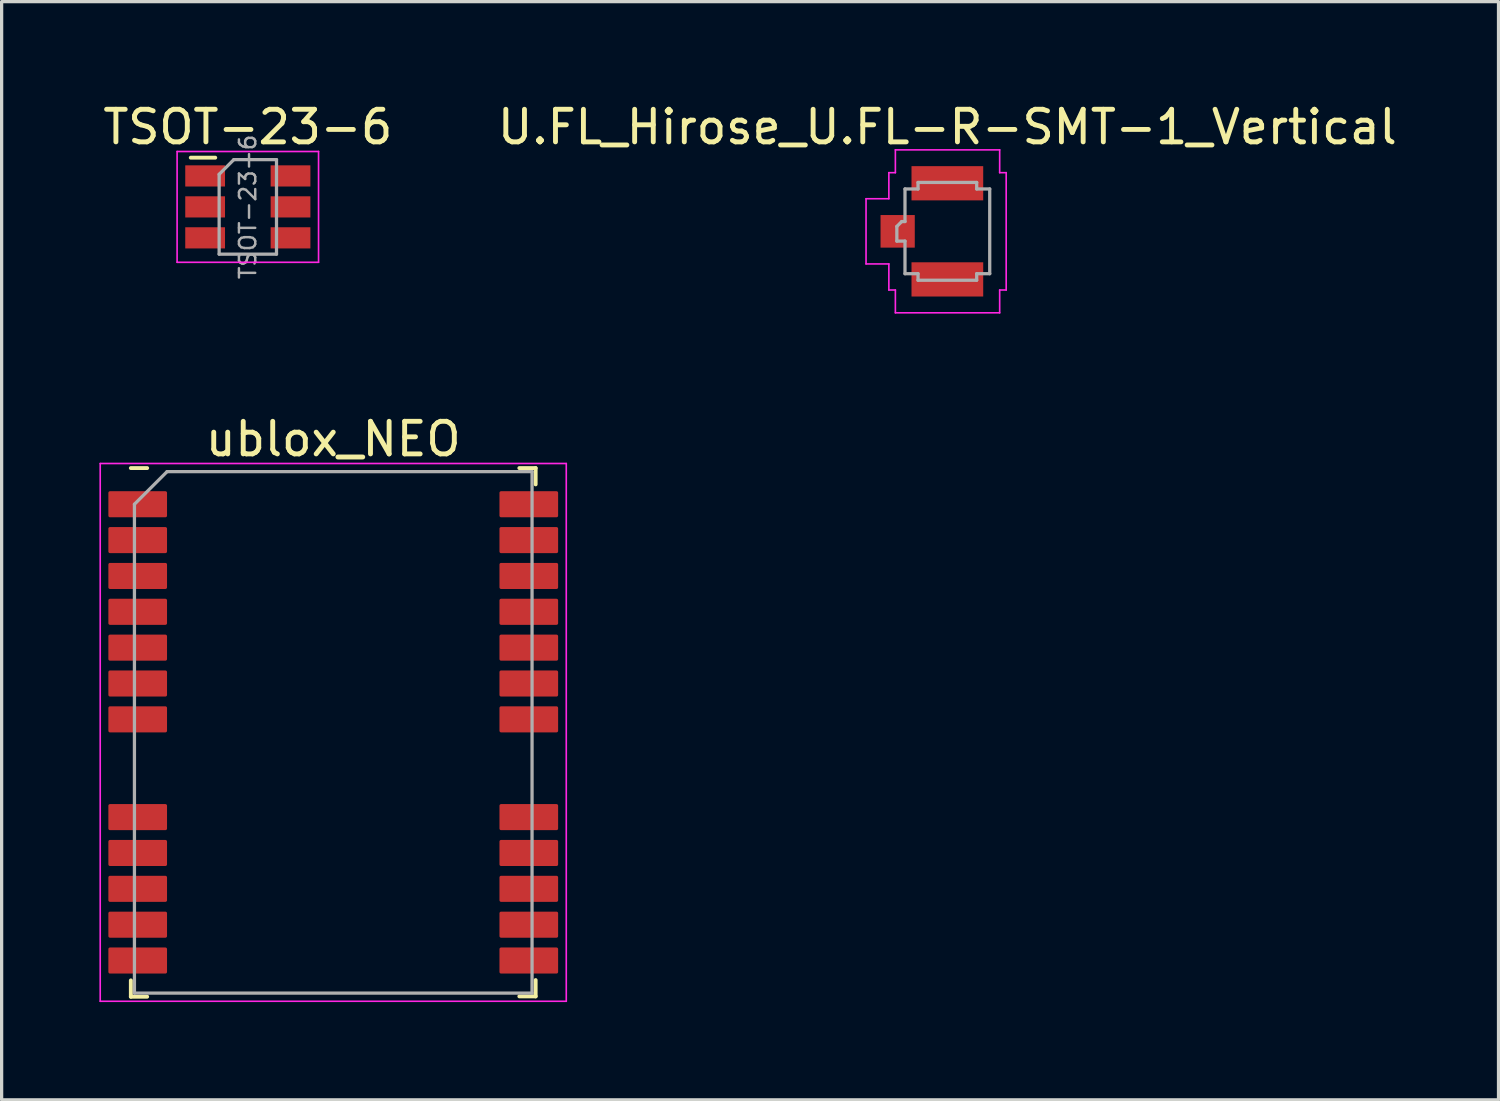
<source format=kicad_pcb>
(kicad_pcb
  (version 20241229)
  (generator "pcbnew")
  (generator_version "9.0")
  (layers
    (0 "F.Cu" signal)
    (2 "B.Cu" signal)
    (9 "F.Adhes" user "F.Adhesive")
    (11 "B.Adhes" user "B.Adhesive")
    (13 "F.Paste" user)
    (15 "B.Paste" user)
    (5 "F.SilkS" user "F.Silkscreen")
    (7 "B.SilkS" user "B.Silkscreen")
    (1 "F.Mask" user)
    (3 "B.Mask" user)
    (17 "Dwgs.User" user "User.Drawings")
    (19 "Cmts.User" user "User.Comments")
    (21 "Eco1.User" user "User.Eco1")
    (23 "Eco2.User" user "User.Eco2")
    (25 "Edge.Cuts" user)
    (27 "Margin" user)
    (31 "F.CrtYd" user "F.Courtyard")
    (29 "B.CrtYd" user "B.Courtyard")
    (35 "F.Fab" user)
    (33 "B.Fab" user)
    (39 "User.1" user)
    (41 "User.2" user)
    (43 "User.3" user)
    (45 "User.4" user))
  (footprint "U.FL_Hirose_U.FL-R-SMT-1_Vertical"
    (layer "F.Cu")
    (at 25.543 4.048)
    (property "Reference" "U.FL_Hirose_U.FL-R-SMT-1_Vertical" (at 0.475 -3.2 0) (layer "F.SilkS") (effects (font (size 1 1) (thickness 0.15))))
    (attr smd)
    (fp_line (start -2.02 1) (end -2.02 -1) (stroke (width 0.05) (type solid)) (layer "F.CrtYd"))
    (fp_line (start -1.32 -1.8) (end -1.12 -1.8) (stroke (width 0.05) (type solid)) (layer "F.CrtYd"))
    (fp_line (start -1.32 -1) (end -2.02 -1) (stroke (width 0.05) (type solid)) (layer "F.CrtYd"))
    (fp_line (start -1.32 -1) (end -1.32 -1.8) (stroke (width 0.05) (type solid)) (layer "F.CrtYd"))
    (fp_line (start -1.32 1) (end -2.02 1) (stroke (width 0.05) (type solid)) (layer "F.CrtYd"))
    (fp_line (start -1.32 1.8) (end -1.32 1) (stroke (width 0.05) (type solid)) (layer "F.CrtYd"))
    (fp_line (start -1.32 1.8) (end -1.12 1.8) (stroke (width 0.05) (type solid)) (layer "F.CrtYd"))
    (fp_line (start -1.12 -1.8) (end -1.12 -2.5) (stroke (width 0.05) (type solid)) (layer "F.CrtYd"))
    (fp_line (start -1.12 2.5) (end -1.12 1.8) (stroke (width 0.05) (type solid)) (layer "F.CrtYd"))
    (fp_line (start 2.08 -2.5) (end -1.12 -2.5) (stroke (width 0.05) (type solid)) (layer "F.CrtYd"))
    (fp_line (start 2.08 -1.8) (end 2.08 -2.5) (stroke (width 0.05) (type solid)) (layer "F.CrtYd"))
    (fp_line (start 2.08 -1.8) (end 2.28 -1.8) (stroke (width 0.05) (type solid)) (layer "F.CrtYd"))
    (fp_line (start 2.08 1.8) (end 2.28 1.8) (stroke (width 0.05) (type solid)) (layer "F.CrtYd"))
    (fp_line (start 2.08 2.5) (end -1.12 2.5) (stroke (width 0.05) (type solid)) (layer "F.CrtYd"))
    (fp_line (start 2.08 2.5) (end 2.08 1.8) (stroke (width 0.05) (type solid)) (layer "F.CrtYd"))
    (fp_line (start 2.28 1.8) (end 2.28 -1.8) (stroke (width 0.05) (type solid)) (layer "F.CrtYd"))
    (fp_line (start -1.075 0.3) (end -1.075 -0.15) (stroke (width 0.1) (type solid)) (layer "F.Fab"))
    (fp_line (start -1.075 0.3) (end -0.825 0.3) (stroke (width 0.1) (type solid)) (layer "F.Fab"))
    (fp_line (start -0.925 -0.3) (end -1.075 -0.15) (stroke (width 0.1) (type solid)) (layer "F.Fab"))
    (fp_line (start -0.925 -0.3) (end -0.825 -0.3) (stroke (width 0.1) (type solid)) (layer "F.Fab"))
    (fp_line (start -0.825 -0.3) (end -0.825 -1.3) (stroke (width 0.1) (type solid)) (layer "F.Fab"))
    (fp_line (start -0.825 0.3) (end -0.825 1.3) (stroke (width 0.1) (type solid)) (layer "F.Fab"))
    (fp_line (start -0.425 -1.5) (end -0.425 -1.3) (stroke (width 0.1) (type solid)) (layer "F.Fab"))
    (fp_line (start -0.425 -1.5) (end 1.375 -1.5) (stroke (width 0.1) (type solid)) (layer "F.Fab"))
    (fp_line (start -0.425 -1.3) (end -0.825 -1.3) (stroke (width 0.1) (type solid)) (layer "F.Fab"))
    (fp_line (start -0.425 1.3) (end -0.825 1.3) (stroke (width 0.1) (type solid)) (layer "F.Fab"))
    (fp_line (start -0.425 1.5) (end -0.425 1.3) (stroke (width 0.1) (type solid)) (layer "F.Fab"))
    (fp_line (start -0.425 1.5) (end 1.375 1.5) (stroke (width 0.1) (type solid)) (layer "F.Fab"))
    (fp_line (start 1.375 -1.5) (end 1.375 -1.3) (stroke (width 0.1) (type solid)) (layer "F.Fab"))
    (fp_line (start 1.375 1.5) (end 1.375 1.3) (stroke (width 0.1) (type solid)) (layer "F.Fab"))
    (fp_line (start 1.775 -1.3) (end 1.375 -1.3) (stroke (width 0.1) (type solid)) (layer "F.Fab"))
    (fp_line (start 1.775 -1.3) (end 1.775 1.3) (stroke (width 0.1) (type solid)) (layer "F.Fab"))
    (fp_line (start 1.775 1.3) (end 1.375 1.3) (stroke (width 0.1) (type solid)) (layer "F.Fab"))
    (pad "1" smd rect (at -1.05 0) (size 1.05 1) (layers "F.Cu" "F.Mask" "F.Paste"))
    (pad "2" smd rect (at 0.475 -1.475) (size 2.2 1.05) (layers "F.Cu" "F.Mask" "F.Paste"))
    (pad "2" smd rect (at 0.475 1.475) (size 2.2 1.05) (layers "F.Cu" "F.Mask" "F.Paste")))
  (footprint "ublox_NEO"
    (layer "F.Cu")
    (at 7.175 19.422)
    (property "Reference" "ublox_NEO" (at 0 -9 0) (layer "F.SilkS") (effects (font (size 1 1) (thickness 0.15))))
    (attr smd)
    (fp_line (start -6.21 7.61) (end -6.21 8.11) (stroke (width 0.12) (type solid)) (layer "F.SilkS"))
    (fp_line (start -5.71 -8.11) (end -6.21 -8.11) (stroke (width 0.12) (type solid)) (layer "F.SilkS"))
    (fp_line (start -5.71 8.11) (end -6.21 8.11) (stroke (width 0.12) (type solid)) (layer "F.SilkS"))
    (fp_line (start 5.71 -8.11) (end 6.21 -8.11) (stroke (width 0.12) (type solid)) (layer "F.SilkS"))
    (fp_line (start 5.71 8.1) (end 6.21 8.1) (stroke (width 0.12) (type solid)) (layer "F.SilkS"))
    (fp_line (start 6.21 -7.61) (end 6.21 -8.11) (stroke (width 0.12) (type solid)) (layer "F.SilkS"))
    (fp_line (start 6.21 7.6) (end 6.21 8.1) (stroke (width 0.12) (type solid)) (layer "F.SilkS"))
    (fp_poly (pts (xy -5.7 -7.3) (xy -5.1 -7.3) (xy -5.1 -6.7) (xy -5.7 -6.7) (xy -5.7 -6.6) (xy -6.85 -6.6) (xy -6.9 -6.65) (xy -6.9 -7.35) (xy -6.85 -7.4) (xy -5.7 -7.4)) (stroke (width 0) (type solid)) (fill yes) (layer "F.Paste"))
    (fp_poly (pts (xy -5.7 -6.2) (xy -5.1 -6.2) (xy -5.1 -5.6) (xy -5.7 -5.6) (xy -5.7 -5.5) (xy -6.85 -5.5) (xy -6.9 -5.55) (xy -6.9 -6.25) (xy -6.85 -6.3) (xy -5.7 -6.3)) (stroke (width 0) (type solid)) (fill yes) (layer "F.Paste"))
    (fp_poly (pts (xy -5.7 -5.1) (xy -5.1 -5.1) (xy -5.1 -4.5) (xy -5.7 -4.5) (xy -5.7 -4.4) (xy -6.85 -4.4) (xy -6.9 -4.45) (xy -6.9 -5.15) (xy -6.85 -5.2) (xy -5.7 -5.2)) (stroke (width 0) (type solid)) (fill yes) (layer "F.Paste"))
    (fp_poly (pts (xy -5.7 -4) (xy -5.1 -4) (xy -5.1 -3.4) (xy -5.7 -3.4) (xy -5.7 -3.3) (xy -6.85 -3.3) (xy -6.9 -3.35) (xy -6.9 -4.05) (xy -6.85 -4.1) (xy -5.7 -4.1)) (stroke (width 0) (type solid)) (fill yes) (layer "F.Paste"))
    (fp_poly (pts (xy -5.7 -2.9) (xy -5.1 -2.9) (xy -5.1 -2.3) (xy -5.7 -2.3) (xy -5.7 -2.2) (xy -6.85 -2.2) (xy -6.9 -2.25) (xy -6.9 -2.95) (xy -6.85 -3) (xy -5.7 -3)) (stroke (width 0) (type solid)) (fill yes) (layer "F.Paste"))
    (fp_poly (pts (xy -5.7 -1.8) (xy -5.1 -1.8) (xy -5.1 -1.2) (xy -5.7 -1.2) (xy -5.7 -1.1) (xy -6.85 -1.1) (xy -6.9 -1.15) (xy -6.9 -1.85) (xy -6.85 -1.9) (xy -5.7 -1.9)) (stroke (width 0) (type solid)) (fill yes) (layer "F.Paste"))
    (fp_poly (pts (xy -5.7 -0.7) (xy -5.1 -0.7) (xy -5.1 -0.1) (xy -5.7 -0.1) (xy -5.7 0) (xy -6.85 0) (xy -6.9 -0.05) (xy -6.9 -0.75) (xy -6.85 -0.8) (xy -5.7 -0.8)) (stroke (width 0) (type solid)) (fill yes) (layer "F.Paste"))
    (fp_poly (pts (xy -5.7 2.3) (xy -5.1 2.3) (xy -5.1 2.9) (xy -5.7 2.9) (xy -5.7 3) (xy -6.85 3) (xy -6.9 2.95) (xy -6.9 2.25) (xy -6.85 2.2) (xy -5.7 2.2)) (stroke (width 0) (type solid)) (fill yes) (layer "F.Paste"))
    (fp_poly (pts (xy -5.7 3.4) (xy -5.1 3.4) (xy -5.1 4) (xy -5.7 4) (xy -5.7 4.1) (xy -6.85 4.1) (xy -6.9 4.05) (xy -6.9 3.35) (xy -6.85 3.3) (xy -5.7 3.3)) (stroke (width 0) (type solid)) (fill yes) (layer "F.Paste"))
    (fp_poly (pts (xy -5.7 4.5) (xy -5.1 4.5) (xy -5.1 5.1) (xy -5.7 5.1) (xy -5.7 5.2) (xy -6.85 5.2) (xy -6.9 5.15) (xy -6.9 4.45) (xy -6.85 4.4) (xy -5.7 4.4)) (stroke (width 0) (type solid)) (fill yes) (layer "F.Paste"))
    (fp_poly (pts (xy -5.7 5.6) (xy -5.1 5.6) (xy -5.1 6.2) (xy -5.7 6.2) (xy -5.7 6.3) (xy -6.85 6.3) (xy -6.9 6.25) (xy -6.9 5.55) (xy -6.85 5.5) (xy -5.7 5.5)) (stroke (width 0) (type solid)) (fill yes) (layer "F.Paste"))
    (fp_poly (pts (xy -5.7 6.7) (xy -5.1 6.7) (xy -5.1 7.3) (xy -5.7 7.3) (xy -5.7 7.4) (xy -6.85 7.4) (xy -6.9 7.35) (xy -6.9 6.65) (xy -6.85 6.6) (xy -5.7 6.6)) (stroke (width 0) (type solid)) (fill yes) (layer "F.Paste"))
    (fp_poly (pts (xy 5.7 -7.3) (xy 5.1 -7.3) (xy 5.1 -6.7) (xy 5.7 -6.7) (xy 5.7 -6.6) (xy 6.85 -6.6) (xy 6.9 -6.65) (xy 6.9 -7.35) (xy 6.85 -7.4) (xy 5.7 -7.4)) (stroke (width 0) (type solid)) (fill yes) (layer "F.Paste"))
    (fp_poly (pts (xy 5.7 -6.2) (xy 5.1 -6.2) (xy 5.1 -5.6) (xy 5.7 -5.6) (xy 5.7 -5.5) (xy 6.85 -5.5) (xy 6.9 -5.55) (xy 6.9 -6.25) (xy 6.85 -6.3) (xy 5.7 -6.3)) (stroke (width 0) (type solid)) (fill yes) (layer "F.Paste"))
    (fp_poly (pts (xy 5.7 -5.1) (xy 5.1 -5.1) (xy 5.1 -4.5) (xy 5.7 -4.5) (xy 5.7 -4.4) (xy 6.85 -4.4) (xy 6.9 -4.45) (xy 6.9 -5.15) (xy 6.85 -5.2) (xy 5.7 -5.2)) (stroke (width 0) (type solid)) (fill yes) (layer "F.Paste"))
    (fp_poly (pts (xy 5.7 -4) (xy 5.1 -4) (xy 5.1 -3.4) (xy 5.7 -3.4) (xy 5.7 -3.3) (xy 6.85 -3.3) (xy 6.9 -3.35) (xy 6.9 -4.05) (xy 6.85 -4.1) (xy 5.7 -4.1)) (stroke (width 0) (type solid)) (fill yes) (layer "F.Paste"))
    (fp_poly (pts (xy 5.7 -2.9) (xy 5.1 -2.9) (xy 5.1 -2.3) (xy 5.7 -2.3) (xy 5.7 -2.2) (xy 6.85 -2.2) (xy 6.9 -2.25) (xy 6.9 -2.95) (xy 6.85 -3) (xy 5.7 -3)) (stroke (width 0) (type solid)) (fill yes) (layer "F.Paste"))
    (fp_poly (pts (xy 5.7 -1.8) (xy 5.1 -1.8) (xy 5.1 -1.2) (xy 5.7 -1.2) (xy 5.7 -1.1) (xy 6.85 -1.1) (xy 6.9 -1.15) (xy 6.9 -1.85) (xy 6.85 -1.9) (xy 5.7 -1.9)) (stroke (width 0) (type solid)) (fill yes) (layer "F.Paste"))
    (fp_poly (pts (xy 5.7 -0.7) (xy 5.1 -0.7) (xy 5.1 -0.1) (xy 5.7 -0.1) (xy 5.7 0) (xy 6.85 0) (xy 6.9 -0.05) (xy 6.9 -0.75) (xy 6.85 -0.8) (xy 5.7 -0.8)) (stroke (width 0) (type solid)) (fill yes) (layer "F.Paste"))
    (fp_poly (pts (xy 5.7 2.3) (xy 5.1 2.3) (xy 5.1 2.9) (xy 5.7 2.9) (xy 5.7 3) (xy 6.85 3) (xy 6.9 2.95) (xy 6.9 2.25) (xy 6.85 2.2) (xy 5.7 2.2)) (stroke (width 0) (type solid)) (fill yes) (layer "F.Paste"))
    (fp_poly (pts (xy 5.7 3.4) (xy 5.1 3.4) (xy 5.1 4) (xy 5.7 4) (xy 5.7 4.1) (xy 6.85 4.1) (xy 6.9 4.05) (xy 6.9 3.35) (xy 6.85 3.3) (xy 5.7 3.3)) (stroke (width 0) (type solid)) (fill yes) (layer "F.Paste"))
    (fp_poly (pts (xy 5.7 4.5) (xy 5.1 4.5) (xy 5.1 5.1) (xy 5.7 5.1) (xy 5.7 5.2) (xy 6.85 5.2) (xy 6.9 5.15) (xy 6.9 4.45) (xy 6.85 4.4) (xy 5.7 4.4)) (stroke (width 0) (type solid)) (fill yes) (layer "F.Paste"))
    (fp_poly (pts (xy 5.7 5.6) (xy 5.1 5.6) (xy 5.1 6.2) (xy 5.7 6.2) (xy 5.7 6.3) (xy 6.85 6.3) (xy 6.9 6.25) (xy 6.9 5.55) (xy 6.85 5.5) (xy 5.7 5.5)) (stroke (width 0) (type solid)) (fill yes) (layer "F.Paste"))
    (fp_poly (pts (xy 5.7 6.7) (xy 5.1 6.7) (xy 5.1 7.3) (xy 5.7 7.3) (xy 5.7 7.4) (xy 6.85 7.4) (xy 6.9 7.35) (xy 6.9 6.65) (xy 6.85 6.6) (xy 5.7 6.6)) (stroke (width 0) (type solid)) (fill yes) (layer "F.Paste"))
    (fp_line (start -7.15 -8.25) (end -7.15 8.25) (stroke (width 0.05) (type solid)) (layer "F.CrtYd"))
    (fp_line (start -7.15 -8.25) (end 7.15 -8.25) (stroke (width 0.05) (type solid)) (layer "F.CrtYd"))
    (fp_line (start -7.15 8.25) (end 7.15 8.25) (stroke (width 0.05) (type solid)) (layer "F.CrtYd"))
    (fp_line (start 7.15 -8.25) (end 7.15 8.25) (stroke (width 0.05) (type solid)) (layer "F.CrtYd"))
    (fp_line (start -6.1 -7) (end -6.1 8) (stroke (width 0.1) (type solid)) (layer "F.Fab"))
    (fp_line (start -6.1 8) (end 6.1 8) (stroke (width 0.1) (type solid)) (layer "F.Fab"))
    (fp_line (start -5.1 -8) (end -6.1 -7) (stroke (width 0.1) (type solid)) (layer "F.Fab"))
    (fp_line (start -5.1 -8) (end 6.1 -8) (stroke (width 0.1) (type solid)) (layer "F.Fab"))
    (fp_line (start 6.1 -8) (end 6.1 8) (stroke (width 0.1) (type solid)) (layer "F.Fab"))
    (pad "1" smd roundrect (at -6 -7) (size 1.8 0.8) (layers "F.Cu" "F.Mask") (roundrect_rratio 0.062))
    (pad "2" smd roundrect (at -6 -5.9) (size 1.8 0.8) (layers "F.Cu" "F.Mask") (roundrect_rratio 0.062))
    (pad "3" smd roundrect (at -6 -4.8) (size 1.8 0.8) (layers "F.Cu" "F.Mask") (roundrect_rratio 0.062))
    (pad "4" smd roundrect (at -6 -3.7) (size 1.8 0.8) (layers "F.Cu" "F.Mask") (roundrect_rratio 0.062))
    (pad "5" smd roundrect (at -6 -2.6) (size 1.8 0.8) (layers "F.Cu" "F.Mask") (roundrect_rratio 0.062))
    (pad "6" smd roundrect (at -6 -1.5) (size 1.8 0.8) (layers "F.Cu" "F.Mask") (roundrect_rratio 0.062))
    (pad "7" smd roundrect (at -6 -0.4) (size 1.8 0.8) (layers "F.Cu" "F.Mask") (roundrect_rratio 0.062))
    (pad "8" smd roundrect (at -6 2.6) (size 1.8 0.8) (layers "F.Cu" "F.Mask") (roundrect_rratio 0.062))
    (pad "9" smd roundrect (at -6 3.7) (size 1.8 0.8) (layers "F.Cu" "F.Mask") (roundrect_rratio 0.062))
    (pad "10" smd roundrect (at -6 4.8) (size 1.8 0.8) (layers "F.Cu" "F.Mask") (roundrect_rratio 0.062))
    (pad "11" smd roundrect (at -6 5.9) (size 1.8 0.8) (layers "F.Cu" "F.Mask") (roundrect_rratio 0.062))
    (pad "12" smd roundrect (at -6 7) (size 1.8 0.8) (layers "F.Cu" "F.Mask") (roundrect_rratio 0.062))
    (pad "13" smd roundrect (at 6 7) (size 1.8 0.8) (layers "F.Cu" "F.Mask") (roundrect_rratio 0.062))
    (pad "14" smd roundrect (at 6 5.9) (size 1.8 0.8) (layers "F.Cu" "F.Mask") (roundrect_rratio 0.062))
    (pad "15" smd roundrect (at 6 4.8) (size 1.8 0.8) (layers "F.Cu" "F.Mask") (roundrect_rratio 0.062))
    (pad "16" smd roundrect (at 6 3.7) (size 1.8 0.8) (layers "F.Cu" "F.Mask") (roundrect_rratio 0.062))
    (pad "17" smd roundrect (at 6 2.6) (size 1.8 0.8) (layers "F.Cu" "F.Mask") (roundrect_rratio 0.062))
    (pad "18" smd roundrect (at 6 -0.4) (size 1.8 0.8) (layers "F.Cu" "F.Mask") (roundrect_rratio 0.062))
    (pad "19" smd roundrect (at 6 -1.5) (size 1.8 0.8) (layers "F.Cu" "F.Mask") (roundrect_rratio 0.062))
    (pad "20" smd roundrect (at 6 -2.6) (size 1.8 0.8) (layers "F.Cu" "F.Mask") (roundrect_rratio 0.062))
    (pad "21" smd roundrect (at 6 -3.7) (size 1.8 0.8) (layers "F.Cu" "F.Mask") (roundrect_rratio 0.062))
    (pad "22" smd roundrect (at 6 -4.8) (size 1.8 0.8) (layers "F.Cu" "F.Mask") (roundrect_rratio 0.062))
    (pad "23" smd roundrect (at 6 -5.9) (size 1.8 0.8) (layers "F.Cu" "F.Mask") (roundrect_rratio 0.062))
    (pad "24" smd roundrect (at 6 -7) (size 1.8 0.8) (layers "F.Cu" "F.Mask") (roundrect_rratio 0.062)))
  (footprint "TSOT-23-6"
    (layer "F.Cu")
    (at 4.554 3.298)
    (property "Reference" "TSOT-23-6" (at 0 -2.45 0) (layer "F.SilkS") (effects (font (size 1 1) (thickness 0.15))))
    (attr smd)
    (fp_line (start -1 -1.51) (end -1.75 -1.51) (stroke (width 0.12) (type solid)) (layer "F.SilkS"))
    (fp_line (start -2.17 -1.7) (end -2.17 1.7) (stroke (width 0.05) (type solid)) (layer "F.CrtYd"))
    (fp_line (start -2.17 -1.7) (end 2.17 -1.7) (stroke (width 0.05) (type solid)) (layer "F.CrtYd"))
    (fp_line (start 2.17 1.7) (end -2.17 1.7) (stroke (width 0.05) (type solid)) (layer "F.CrtYd"))
    (fp_line (start 2.17 1.7) (end 2.17 -1.7) (stroke (width 0.05) (type solid)) (layer "F.CrtYd"))
    (fp_line (start -0.88 -1) (end -0.88 1.45) (stroke (width 0.1) (type solid)) (layer "F.Fab"))
    (fp_line (start -0.88 -1) (end -0.43 -1.45) (stroke (width 0.1) (type solid)) (layer "F.Fab"))
    (fp_line (start 0.88 -1.45) (end -0.43 -1.45) (stroke (width 0.1) (type solid)) (layer "F.Fab"))
    (fp_line (start 0.88 -1.45) (end 0.88 1.45) (stroke (width 0.1) (type solid)) (layer "F.Fab"))
    (fp_line (start 0.88 1.45) (end -0.88 1.45) (stroke (width 0.1) (type solid)) (layer "F.Fab"))
    (fp_text user "${REFERENCE}" (at 0 0 90) (layer "F.Fab") (effects (font (size 0.5 0.5) (thickness 0.075))))
    (pad "1" smd rect (at -1.31 -0.95) (size 1.22 0.65) (layers "F.Cu" "F.Mask" "F.Paste"))
    (pad "2" smd rect (at -1.31 0) (size 1.22 0.65) (layers "F.Cu" "F.Mask" "F.Paste"))
    (pad "3" smd rect (at -1.31 0.95) (size 1.22 0.65) (layers "F.Cu" "F.Mask" "F.Paste"))
    (pad "4" smd rect (at 1.31 0.95) (size 1.22 0.65) (layers "F.Cu" "F.Mask" "F.Paste"))
    (pad "5" smd rect (at 1.31 0) (size 1.22 0.65) (layers "F.Cu" "F.Mask" "F.Paste"))
    (pad "6" smd rect (at 1.31 -0.95) (size 1.22 0.65) (layers "F.Cu" "F.Mask" "F.Paste")))
  (gr_rect
    (start -3 -3)
    (end 42.929 30.697)
    (stroke (width 0.1) (type default))
    (fill no)
    (layer "Edge.Cuts")))
</source>
